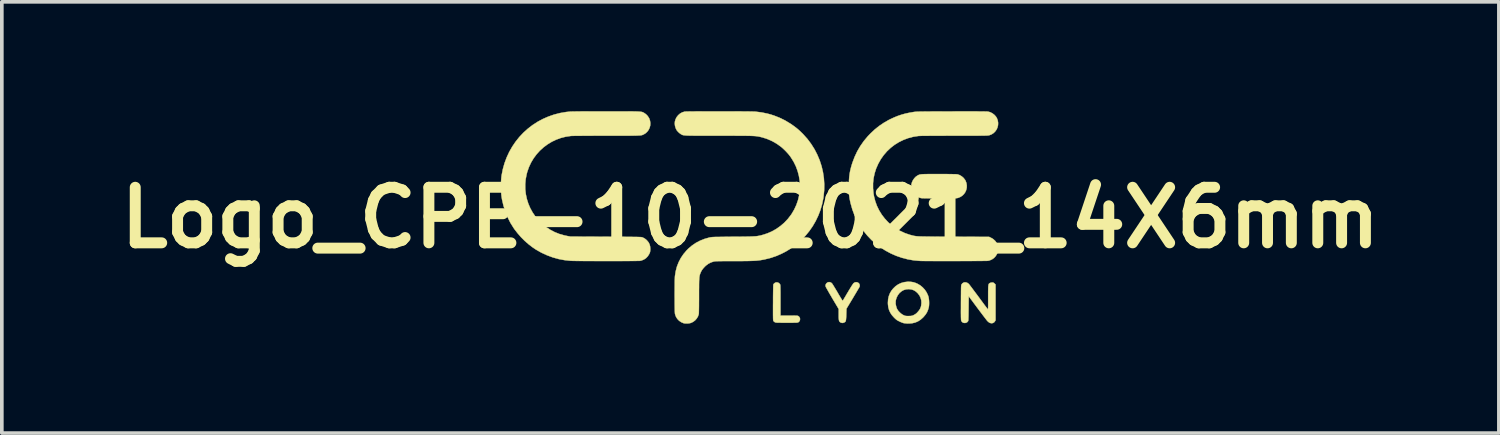
<source format=kicad_pcb>
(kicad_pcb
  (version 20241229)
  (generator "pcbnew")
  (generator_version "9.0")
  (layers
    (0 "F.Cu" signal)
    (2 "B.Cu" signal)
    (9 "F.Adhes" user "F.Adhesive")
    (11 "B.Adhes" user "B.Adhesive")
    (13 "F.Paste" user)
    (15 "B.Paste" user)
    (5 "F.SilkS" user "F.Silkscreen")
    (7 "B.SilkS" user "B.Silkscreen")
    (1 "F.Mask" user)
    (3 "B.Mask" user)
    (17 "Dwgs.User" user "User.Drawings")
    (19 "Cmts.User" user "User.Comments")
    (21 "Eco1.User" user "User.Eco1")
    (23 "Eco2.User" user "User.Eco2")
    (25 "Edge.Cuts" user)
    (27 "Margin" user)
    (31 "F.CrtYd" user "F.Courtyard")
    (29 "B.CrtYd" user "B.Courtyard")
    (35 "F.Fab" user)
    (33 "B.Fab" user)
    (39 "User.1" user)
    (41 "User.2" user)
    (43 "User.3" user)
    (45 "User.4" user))
  (footprint "Logo_CPE-10-2021_14X6mm"
    (layer "F.Cu")
    (at 17.533 2.922)
    (property "Reference" "Logo_CPE-10-2021_14X6mm" (at 0 0 0) (layer "F.SilkS") (effects (font (size 1.524 1.524) (thickness 0.3))))
    (attr through_hole)
    (fp_poly (pts (xy 5.178 -1.197) (xy 5.277 -1.197) (xy 5.367 -1.197) (xy 5.448 -1.196) (xy 5.517 -1.195) (xy 5.576 -1.194) (xy 5.623 -1.193) (xy 5.657 -1.192) (xy 5.677 -1.19) (xy 5.682 -1.19) (xy 5.742 -1.169) (xy 5.799 -1.135) (xy 5.849 -1.092) (xy 5.889 -1.04) (xy 5.904 -1.013) (xy 5.928 -0.95) (xy 5.938 -0.885) (xy 5.936 -0.821) (xy 5.922 -0.76) (xy 5.897 -0.702) (xy 5.862 -0.651) (xy 5.817 -0.606) (xy 5.764 -0.571) (xy 5.703 -0.545) (xy 5.669 -0.537) (xy 5.654 -0.536) (xy 5.626 -0.535) (xy 5.587 -0.534) (xy 5.539 -0.533) (xy 5.481 -0.532) (xy 5.418 -0.531) (xy 5.349 -0.531) (xy 5.276 -0.531) (xy 5.201 -0.531) (xy 5.126 -0.531) (xy 5.052 -0.531) (xy 4.98 -0.531) (xy 4.912 -0.532) (xy 4.85 -0.532) (xy 4.796 -0.533) (xy 4.75 -0.534) (xy 4.714 -0.535) (xy 4.69 -0.537) (xy 4.682 -0.538) (xy 4.635 -0.552) (xy 4.586 -0.575) (xy 4.541 -0.605) (xy 4.517 -0.625) (xy 4.477 -0.673) (xy 4.445 -0.729) (xy 4.424 -0.79) (xy 4.415 -0.853) (xy 4.418 -0.913) (xy 4.434 -0.971) (xy 4.461 -1.028) (xy 4.497 -1.08) (xy 4.539 -1.124) (xy 4.585 -1.156) (xy 4.6 -1.164) (xy 4.614 -1.171) (xy 4.628 -1.177) (xy 4.643 -1.182) (xy 4.661 -1.186) (xy 4.683 -1.189) (xy 4.709 -1.192) (xy 4.742 -1.194) (xy 4.781 -1.195) (xy 4.829 -1.196) (xy 4.886 -1.197) (xy 4.953 -1.197) (xy 5.032 -1.197) (xy 5.124 -1.197) (xy 5.178 -1.197)) (stroke (width 0.01) (type solid)) (fill yes) (layer "F.SilkS"))
    (fp_poly (pts (xy 0.773 1.786) (xy 0.802 1.809) (xy 0.819 1.834) (xy 0.821 1.843) (xy 0.823 1.863) (xy 0.824 1.893) (xy 0.825 1.936) (xy 0.826 1.99) (xy 0.827 2.058) (xy 0.827 2.138) (xy 0.827 2.233) (xy 0.827 2.267) (xy 0.827 2.685) (xy 1.061 2.685) (xy 1.126 2.685) (xy 1.178 2.685) (xy 1.219 2.686) (xy 1.25 2.687) (xy 1.273 2.688) (xy 1.289 2.69) (xy 1.301 2.692) (xy 1.31 2.695) (xy 1.317 2.699) (xy 1.319 2.699) (xy 1.345 2.724) (xy 1.361 2.756) (xy 1.364 2.783) (xy 1.358 2.819) (xy 1.339 2.85) (xy 1.319 2.867) (xy 1.312 2.87) (xy 1.305 2.873) (xy 1.295 2.876) (xy 1.281 2.877) (xy 1.261 2.879) (xy 1.235 2.88) (xy 1.201 2.88) (xy 1.157 2.881) (xy 1.103 2.881) (xy 1.035 2.881) (xy 0.998 2.881) (xy 0.924 2.881) (xy 0.862 2.881) (xy 0.813 2.88) (xy 0.774 2.88) (xy 0.743 2.879) (xy 0.72 2.878) (xy 0.703 2.876) (xy 0.691 2.874) (xy 0.682 2.871) (xy 0.675 2.868) (xy 0.655 2.854) (xy 0.637 2.838) (xy 0.636 2.836) (xy 0.634 2.832) (xy 0.631 2.827) (xy 0.629 2.82) (xy 0.627 2.81) (xy 0.626 2.795) (xy 0.625 2.776) (xy 0.624 2.75) (xy 0.624 2.717) (xy 0.623 2.676) (xy 0.623 2.625) (xy 0.623 2.563) (xy 0.623 2.49) (xy 0.623 2.405) (xy 0.624 2.333) (xy 0.624 2.25) (xy 0.624 2.171) (xy 0.625 2.098) (xy 0.626 2.03) (xy 0.627 1.971) (xy 0.628 1.921) (xy 0.629 1.88) (xy 0.63 1.852) (xy 0.631 1.836) (xy 0.631 1.833) (xy 0.644 1.813) (xy 0.666 1.793) (xy 0.691 1.779) (xy 0.703 1.775) (xy 0.739 1.774) (xy 0.773 1.786)) (stroke (width 0.01) (type solid)) (fill yes) (layer "F.SilkS"))
    (fp_poly (pts (xy 2.182 1.768) (xy 2.215 1.781) (xy 2.24 1.802) (xy 2.248 1.813) (xy 2.263 1.836) (xy 2.283 1.868) (xy 2.307 1.908) (xy 2.335 1.954) (xy 2.365 2.004) (xy 2.395 2.055) (xy 2.425 2.107) (xy 2.454 2.155) (xy 2.479 2.197) (xy 2.501 2.232) (xy 2.518 2.258) (xy 2.529 2.275) (xy 2.534 2.28) (xy 2.534 2.28) (xy 2.538 2.273) (xy 2.55 2.255) (xy 2.566 2.227) (xy 2.588 2.191) (xy 2.614 2.148) (xy 2.642 2.099) (xy 2.673 2.047) (xy 2.674 2.047) (xy 2.705 1.993) (xy 2.736 1.943) (xy 2.763 1.898) (xy 2.788 1.86) (xy 2.808 1.829) (xy 2.822 1.808) (xy 2.83 1.798) (xy 2.852 1.783) (xy 2.877 1.772) (xy 2.879 1.771) (xy 2.914 1.768) (xy 2.946 1.777) (xy 2.973 1.794) (xy 2.992 1.819) (xy 3.001 1.849) (xy 3 1.881) (xy 2.995 1.895) (xy 2.989 1.906) (xy 2.977 1.928) (xy 2.958 1.96) (xy 2.934 2) (xy 2.906 2.048) (xy 2.875 2.1) (xy 2.841 2.157) (xy 2.811 2.208) (xy 2.637 2.496) (xy 2.632 2.656) (xy 2.63 2.715) (xy 2.627 2.761) (xy 2.624 2.796) (xy 2.62 2.821) (xy 2.614 2.84) (xy 2.606 2.853) (xy 2.595 2.863) (xy 2.581 2.871) (xy 2.574 2.874) (xy 2.546 2.885) (xy 2.522 2.887) (xy 2.495 2.881) (xy 2.494 2.881) (xy 2.473 2.872) (xy 2.458 2.862) (xy 2.447 2.85) (xy 2.439 2.837) (xy 2.433 2.821) (xy 2.429 2.798) (xy 2.426 2.768) (xy 2.424 2.728) (xy 2.424 2.676) (xy 2.424 2.653) (xy 2.424 2.505) (xy 2.248 2.209) (xy 2.213 2.148) (xy 2.179 2.091) (xy 2.149 2.038) (xy 2.122 1.99) (xy 2.099 1.95) (xy 2.082 1.919) (xy 2.07 1.897) (xy 2.066 1.886) (xy 2.062 1.853) (xy 2.072 1.823) (xy 2.087 1.8) (xy 2.115 1.778) (xy 2.147 1.767) (xy 2.182 1.768)) (stroke (width 0.01) (type solid)) (fill yes) (layer "F.SilkS"))
    (fp_poly (pts (xy 4.411 1.76) (xy 4.477 1.771) (xy 4.54 1.792) (xy 4.583 1.811) (xy 4.659 1.855) (xy 4.727 1.911) (xy 4.787 1.976) (xy 4.836 2.05) (xy 4.873 2.129) (xy 4.888 2.174) (xy 4.895 2.212) (xy 4.901 2.26) (xy 4.904 2.313) (xy 4.904 2.366) (xy 4.901 2.414) (xy 4.896 2.451) (xy 4.875 2.526) (xy 4.846 2.595) (xy 4.806 2.658) (xy 4.754 2.72) (xy 4.735 2.74) (xy 4.668 2.799) (xy 4.597 2.844) (xy 4.521 2.876) (xy 4.439 2.895) (xy 4.349 2.902) (xy 4.336 2.902) (xy 4.297 2.901) (xy 4.258 2.898) (xy 4.224 2.894) (xy 4.209 2.892) (xy 4.183 2.884) (xy 4.148 2.871) (xy 4.111 2.856) (xy 4.087 2.844) (xy 4.052 2.826) (xy 4.024 2.81) (xy 3.999 2.791) (xy 3.973 2.768) (xy 3.945 2.741) (xy 3.885 2.674) (xy 3.839 2.605) (xy 3.806 2.533) (xy 3.785 2.455) (xy 3.775 2.371) (xy 3.774 2.33) (xy 3.984 2.33) (xy 3.988 2.372) (xy 3.997 2.419) (xy 4.01 2.466) (xy 4.025 2.503) (xy 4.053 2.548) (xy 4.091 2.591) (xy 4.135 2.631) (xy 4.182 2.663) (xy 4.23 2.686) (xy 4.25 2.692) (xy 4.269 2.695) (xy 4.298 2.697) (xy 4.333 2.697) (xy 4.356 2.697) (xy 4.392 2.696) (xy 4.417 2.693) (xy 4.438 2.689) (xy 4.458 2.682) (xy 4.483 2.671) (xy 4.487 2.668) (xy 4.527 2.646) (xy 4.562 2.618) (xy 4.587 2.592) (xy 4.628 2.544) (xy 4.657 2.498) (xy 4.677 2.449) (xy 4.685 2.419) (xy 4.694 2.342) (xy 4.69 2.269) (xy 4.671 2.199) (xy 4.64 2.134) (xy 4.596 2.076) (xy 4.544 2.027) (xy 4.487 1.991) (xy 4.425 1.969) (xy 4.357 1.96) (xy 4.34 1.959) (xy 4.27 1.966) (xy 4.206 1.985) (xy 4.148 2.018) (xy 4.094 2.064) (xy 4.085 2.074) (xy 4.044 2.129) (xy 4.012 2.192) (xy 3.992 2.258) (xy 3.984 2.326) (xy 3.984 2.33) (xy 3.774 2.33) (xy 3.78 2.237) (xy 3.799 2.151) (xy 3.83 2.072) (xy 3.874 1.998) (xy 3.918 1.944) (xy 3.984 1.88) (xy 4.057 1.829) (xy 4.136 1.792) (xy 4.221 1.768) (xy 4.311 1.757) (xy 4.338 1.756) (xy 4.411 1.76)) (stroke (width 0.01) (type solid)) (fill yes) (layer "F.SilkS"))
    (fp_poly (pts (xy 5.916 1.774) (xy 5.954 1.788) (xy 5.988 1.812) (xy 5.992 1.816) (xy 6.001 1.826) (xy 6.017 1.847) (xy 6.04 1.877) (xy 6.069 1.915) (xy 6.103 1.961) (xy 6.141 2.012) (xy 6.183 2.068) (xy 6.228 2.128) (xy 6.256 2.166) (xy 6.301 2.227) (xy 6.344 2.285) (xy 6.384 2.339) (xy 6.419 2.387) (xy 6.451 2.429) (xy 6.476 2.462) (xy 6.495 2.488) (xy 6.507 2.503) (xy 6.511 2.507) (xy 6.514 2.51) (xy 6.516 2.511) (xy 6.519 2.509) (xy 6.52 2.502) (xy 6.522 2.489) (xy 6.523 2.47) (xy 6.523 2.442) (xy 6.524 2.406) (xy 6.524 2.358) (xy 6.524 2.3) (xy 6.524 2.228) (xy 6.524 2.189) (xy 6.524 2.107) (xy 6.524 2.037) (xy 6.525 1.98) (xy 6.526 1.933) (xy 6.527 1.896) (xy 6.53 1.867) (xy 6.533 1.845) (xy 6.537 1.829) (xy 6.542 1.817) (xy 6.549 1.808) (xy 6.557 1.801) (xy 6.566 1.794) (xy 6.569 1.793) (xy 6.601 1.781) (xy 6.632 1.778) (xy 6.656 1.779) (xy 6.673 1.784) (xy 6.688 1.796) (xy 6.699 1.806) (xy 6.727 1.834) (xy 6.727 2.323) (xy 6.727 2.812) (xy 6.711 2.841) (xy 6.687 2.871) (xy 6.655 2.889) (xy 6.618 2.895) (xy 6.579 2.888) (xy 6.564 2.882) (xy 6.543 2.869) (xy 6.52 2.85) (xy 6.502 2.833) (xy 6.492 2.821) (xy 6.474 2.798) (xy 6.449 2.765) (xy 6.418 2.725) (xy 6.382 2.678) (xy 6.342 2.625) (xy 6.299 2.568) (xy 6.254 2.508) (xy 6.23 2.476) (xy 5.991 2.154) (xy 5.987 2.487) (xy 5.986 2.572) (xy 5.985 2.644) (xy 5.984 2.703) (xy 5.982 2.75) (xy 5.981 2.786) (xy 5.979 2.812) (xy 5.977 2.828) (xy 5.975 2.835) (xy 5.95 2.865) (xy 5.917 2.883) (xy 5.884 2.888) (xy 5.844 2.883) (xy 5.813 2.865) (xy 5.791 2.837) (xy 5.788 2.832) (xy 5.786 2.826) (xy 5.784 2.818) (xy 5.782 2.807) (xy 5.781 2.792) (xy 5.78 2.771) (xy 5.779 2.745) (xy 5.778 2.712) (xy 5.778 2.67) (xy 5.777 2.619) (xy 5.777 2.557) (xy 5.778 2.484) (xy 5.778 2.398) (xy 5.778 2.33) (xy 5.779 2.235) (xy 5.779 2.153) (xy 5.78 2.084) (xy 5.78 2.027) (xy 5.781 1.979) (xy 5.781 1.94) (xy 5.782 1.91) (xy 5.783 1.886) (xy 5.785 1.868) (xy 5.786 1.855) (xy 5.788 1.845) (xy 5.791 1.838) (xy 5.793 1.832) (xy 5.795 1.83) (xy 5.82 1.798) (xy 5.853 1.779) (xy 5.877 1.773) (xy 5.916 1.774)) (stroke (width 0.01) (type solid)) (fill yes) (layer "F.SilkS"))
    (fp_poly (pts (xy 6.08 -2.916) (xy 6.183 -2.916) (xy 6.272 -2.915) (xy 6.348 -2.915) (xy 6.41 -2.914) (xy 6.459 -2.913) (xy 6.494 -2.912) (xy 6.515 -2.911) (xy 6.522 -2.91) (xy 6.583 -2.893) (xy 6.641 -2.863) (xy 6.692 -2.824) (xy 6.735 -2.778) (xy 6.763 -2.733) (xy 6.787 -2.669) (xy 6.797 -2.604) (xy 6.795 -2.54) (xy 6.781 -2.479) (xy 6.756 -2.421) (xy 6.72 -2.369) (xy 6.675 -2.324) (xy 6.621 -2.288) (xy 6.558 -2.263) (xy 6.549 -2.261) (xy 6.542 -2.259) (xy 6.531 -2.258) (xy 6.518 -2.256) (xy 6.5 -2.255) (xy 6.477 -2.254) (xy 6.449 -2.253) (xy 6.415 -2.252) (xy 6.373 -2.252) (xy 6.323 -2.251) (xy 6.265 -2.251) (xy 6.197 -2.25) (xy 6.12 -2.25) (xy 6.031 -2.25) (xy 5.93 -2.25) (xy 5.817 -2.25) (xy 5.691 -2.25) (xy 5.593 -2.25) (xy 5.44 -2.25) (xy 5.298 -2.249) (xy 5.169 -2.249) (xy 5.053 -2.249) (xy 4.949 -2.248) (xy 4.859 -2.247) (xy 4.782 -2.247) (xy 4.718 -2.246) (xy 4.668 -2.245) (xy 4.633 -2.243) (xy 4.611 -2.242) (xy 4.61 -2.242) (xy 4.468 -2.22) (xy 4.332 -2.184) (xy 4.201 -2.135) (xy 4.077 -2.074) (xy 3.96 -2.002) (xy 3.851 -1.918) (xy 3.75 -1.823) (xy 3.659 -1.718) (xy 3.578 -1.603) (xy 3.509 -1.48) (xy 3.452 -1.352) (xy 3.41 -1.22) (xy 3.381 -1.085) (xy 3.366 -0.946) (xy 3.366 -0.806) (xy 3.379 -0.665) (xy 3.393 -0.584) (xy 3.427 -0.45) (xy 3.474 -0.322) (xy 3.534 -0.199) (xy 3.605 -0.084) (xy 3.687 0.023) (xy 3.779 0.123) (xy 3.881 0.213) (xy 3.992 0.293) (xy 4.11 0.362) (xy 4.236 0.421) (xy 4.369 0.467) (xy 4.425 0.482) (xy 4.445 0.487) (xy 4.463 0.492) (xy 4.48 0.496) (xy 4.498 0.499) (xy 4.516 0.503) (xy 4.537 0.505) (xy 4.56 0.508) (xy 4.586 0.51) (xy 4.616 0.512) (xy 4.652 0.514) (xy 4.693 0.515) (xy 4.74 0.516) (xy 4.795 0.517) (xy 4.859 0.518) (xy 4.931 0.519) (xy 5.013 0.519) (xy 5.105 0.52) (xy 5.209 0.521) (xy 5.326 0.521) (xy 5.455 0.522) (xy 5.581 0.522) (xy 6.55 0.526) (xy 6.606 0.553) (xy 6.665 0.589) (xy 6.715 0.634) (xy 6.753 0.686) (xy 6.781 0.744) (xy 6.796 0.807) (xy 6.799 0.872) (xy 6.789 0.932) (xy 6.765 0.998) (xy 6.729 1.056) (xy 6.684 1.105) (xy 6.629 1.143) (xy 6.568 1.17) (xy 6.517 1.183) (xy 6.505 1.183) (xy 6.48 1.184) (xy 6.442 1.185) (xy 6.393 1.185) (xy 6.334 1.186) (xy 6.266 1.186) (xy 6.19 1.187) (xy 6.106 1.187) (xy 6.017 1.188) (xy 5.923 1.188) (xy 5.826 1.188) (xy 5.726 1.189) (xy 5.624 1.189) (xy 5.522 1.189) (xy 5.421 1.189) (xy 5.321 1.189) (xy 5.224 1.189) (xy 5.131 1.189) (xy 5.043 1.189) (xy 4.961 1.188) (xy 4.886 1.188) (xy 4.819 1.188) (xy 4.762 1.187) (xy 4.715 1.187) (xy 4.68 1.186) (xy 4.657 1.185) (xy 4.655 1.185) (xy 4.485 1.17) (xy 4.319 1.141) (xy 4.158 1.099) (xy 4.001 1.045) (xy 3.851 0.979) (xy 3.706 0.901) (xy 3.569 0.813) (xy 3.44 0.714) (xy 3.318 0.605) (xy 3.206 0.487) (xy 3.103 0.36) (xy 3.01 0.225) (xy 2.928 0.082) (xy 2.857 -0.068) (xy 2.799 -0.225) (xy 2.753 -0.388) (xy 2.736 -0.461) (xy 2.723 -0.532) (xy 2.713 -0.6) (xy 2.706 -0.666) (xy 2.702 -0.736) (xy 2.701 -0.812) (xy 2.702 -0.899) (xy 2.702 -0.911) (xy 2.706 -1.018) (xy 2.713 -1.114) (xy 2.724 -1.203) (xy 2.74 -1.29) (xy 2.761 -1.377) (xy 2.788 -1.469) (xy 2.801 -1.509) (xy 2.862 -1.67) (xy 2.933 -1.821) (xy 3.017 -1.965) (xy 3.113 -2.102) (xy 3.222 -2.233) (xy 3.298 -2.312) (xy 3.414 -2.421) (xy 3.533 -2.516) (xy 3.658 -2.601) (xy 3.79 -2.677) (xy 3.835 -2.7) (xy 3.943 -2.75) (xy 4.046 -2.792) (xy 4.147 -2.826) (xy 4.251 -2.855) (xy 4.362 -2.879) (xy 4.483 -2.9) (xy 4.485 -2.9) (xy 4.498 -2.902) (xy 4.513 -2.904) (xy 4.529 -2.905) (xy 4.549 -2.907) (xy 4.572 -2.908) (xy 4.6 -2.909) (xy 4.633 -2.91) (xy 4.672 -2.911) (xy 4.718 -2.911) (xy 4.772 -2.912) (xy 4.834 -2.913) (xy 4.905 -2.913) (xy 4.986 -2.914) (xy 5.079 -2.914) (xy 5.182 -2.914) (xy 5.298 -2.915) (xy 5.428 -2.915) (xy 5.525 -2.915) (xy 5.685 -2.916) (xy 5.831 -2.916) (xy 5.962 -2.916) (xy 6.08 -2.916)) (stroke (width 0.01) (type solid)) (fill yes) (layer "F.SilkS"))
    (fp_poly (pts (xy -3.948 -2.917) (xy -3.811 -2.917) (xy -3.688 -2.917) (xy -3.577 -2.917) (xy -3.479 -2.917) (xy -3.392 -2.917) (xy -3.316 -2.916) (xy -3.25 -2.916) (xy -3.192 -2.915) (xy -3.143 -2.914) (xy -3.101 -2.913) (xy -3.066 -2.911) (xy -3.037 -2.909) (xy -3.013 -2.907) (xy -2.993 -2.905) (xy -2.977 -2.901) (xy -2.963 -2.898) (xy -2.952 -2.894) (xy -2.941 -2.889) (xy -2.931 -2.884) (xy -2.921 -2.879) (xy -2.915 -2.875) (xy -2.863 -2.839) (xy -2.817 -2.792) (xy -2.781 -2.737) (xy -2.774 -2.724) (xy -2.752 -2.661) (xy -2.743 -2.597) (xy -2.746 -2.532) (xy -2.762 -2.47) (xy -2.788 -2.413) (xy -2.826 -2.361) (xy -2.873 -2.317) (xy -2.919 -2.289) (xy -2.93 -2.283) (xy -2.94 -2.278) (xy -2.95 -2.274) (xy -2.96 -2.27) (xy -2.972 -2.266) (xy -2.986 -2.263) (xy -3.003 -2.26) (xy -3.024 -2.258) (xy -3.05 -2.256) (xy -3.081 -2.255) (xy -3.118 -2.253) (xy -3.162 -2.252) (xy -3.214 -2.251) (xy -3.274 -2.251) (xy -3.343 -2.25) (xy -3.423 -2.25) (xy -3.514 -2.25) (xy -3.616 -2.25) (xy -3.731 -2.25) (xy -3.859 -2.25) (xy -3.942 -2.25) (xy -4.092 -2.25) (xy -4.231 -2.25) (xy -4.359 -2.249) (xy -4.474 -2.249) (xy -4.578 -2.248) (xy -4.669 -2.247) (xy -4.747 -2.247) (xy -4.812 -2.246) (xy -4.864 -2.245) (xy -4.901 -2.244) (xy -4.925 -2.242) (xy -4.929 -2.242) (xy -5.067 -2.221) (xy -5.201 -2.187) (xy -5.329 -2.14) (xy -5.451 -2.081) (xy -5.567 -2.01) (xy -5.675 -1.929) (xy -5.774 -1.839) (xy -5.865 -1.738) (xy -5.945 -1.63) (xy -6.015 -1.513) (xy -6.073 -1.389) (xy -6.119 -1.259) (xy -6.136 -1.194) (xy -6.163 -1.056) (xy -6.175 -0.918) (xy -6.174 -0.782) (xy -6.159 -0.647) (xy -6.131 -0.515) (xy -6.091 -0.387) (xy -6.038 -0.263) (xy -5.973 -0.145) (xy -5.897 -0.033) (xy -5.81 0.071) (xy -5.712 0.168) (xy -5.604 0.255) (xy -5.487 0.332) (xy -5.367 0.395) (xy -5.239 0.446) (xy -5.102 0.485) (xy -5.022 0.502) (xy -4.931 0.518) (xy -3.962 0.522) (xy -3.824 0.523) (xy -3.699 0.523) (xy -3.587 0.524) (xy -3.488 0.524) (xy -3.4 0.525) (xy -3.322 0.525) (xy -3.255 0.526) (xy -3.197 0.527) (xy -3.148 0.527) (xy -3.106 0.528) (xy -3.072 0.529) (xy -3.043 0.53) (xy -3.021 0.531) (xy -3.003 0.532) (xy -2.989 0.533) (xy -2.979 0.535) (xy -2.971 0.536) (xy -2.965 0.538) (xy -2.961 0.539) (xy -2.909 0.564) (xy -2.865 0.595) (xy -2.833 0.626) (xy -2.792 0.676) (xy -2.765 0.729) (xy -2.749 0.788) (xy -2.744 0.854) (xy -2.744 0.875) (xy -2.747 0.909) (xy -2.75 0.936) (xy -2.757 0.959) (xy -2.769 0.985) (xy -2.774 0.996) (xy -2.811 1.055) (xy -2.858 1.105) (xy -2.914 1.144) (xy -2.977 1.171) (xy -3.026 1.183) (xy -3.04 1.184) (xy -3.067 1.184) (xy -3.106 1.185) (xy -3.156 1.186) (xy -3.217 1.187) (xy -3.287 1.187) (xy -3.365 1.188) (xy -3.45 1.188) (xy -3.54 1.189) (xy -3.636 1.189) (xy -3.735 1.189) (xy -3.836 1.189) (xy -3.939 1.189) (xy -4.043 1.189) (xy -4.146 1.189) (xy -4.247 1.189) (xy -4.345 1.188) (xy -4.44 1.188) (xy -4.529 1.188) (xy -4.613 1.187) (xy -4.689 1.187) (xy -4.757 1.186) (xy -4.816 1.185) (xy -4.864 1.184) (xy -4.901 1.183) (xy -4.925 1.182) (xy -4.927 1.182) (xy -5.094 1.164) (xy -5.26 1.133) (xy -5.423 1.087) (xy -5.582 1.028) (xy -5.735 0.957) (xy -5.883 0.873) (xy -5.976 0.81) (xy -6.083 0.728) (xy -6.189 0.635) (xy -6.291 0.533) (xy -6.385 0.425) (xy -6.47 0.316) (xy -6.495 0.279) (xy -6.582 0.139) (xy -6.657 -0.011) (xy -6.72 -0.167) (xy -6.772 -0.33) (xy -6.811 -0.497) (xy -6.823 -0.57) (xy -6.831 -0.634) (xy -6.836 -0.709) (xy -6.84 -0.79) (xy -6.84 -0.875) (xy -6.839 -0.96) (xy -6.835 -1.041) (xy -6.829 -1.113) (xy -6.823 -1.16) (xy -6.789 -1.331) (xy -6.743 -1.495) (xy -6.684 -1.653) (xy -6.614 -1.804) (xy -6.532 -1.948) (xy -6.44 -2.084) (xy -6.338 -2.212) (xy -6.226 -2.331) (xy -6.105 -2.44) (xy -5.976 -2.54) (xy -5.839 -2.629) (xy -5.694 -2.707) (xy -5.543 -2.773) (xy -5.386 -2.828) (xy -5.223 -2.87) (xy -5.055 -2.899) (xy -4.95 -2.91) (xy -4.926 -2.911) (xy -4.888 -2.912) (xy -4.836 -2.913) (xy -4.77 -2.914) (xy -4.692 -2.915) (xy -4.601 -2.916) (xy -4.498 -2.916) (xy -4.383 -2.917) (xy -4.256 -2.917) (xy -4.118 -2.917) (xy -3.969 -2.917) (xy -3.948 -2.917)) (stroke (width 0.01) (type solid)) (fill yes) (layer "F.SilkS"))
    (fp_poly (pts (xy -0.784 -2.917) (xy -0.68 -2.917) (xy -0.578 -2.917) (xy -0.478 -2.917) (xy -0.382 -2.916) (xy -0.291 -2.916) (xy -0.206 -2.915) (xy -0.127 -2.915) (xy -0.057 -2.914) (xy 0.005 -2.913) (xy 0.056 -2.912) (xy 0.096 -2.911) (xy 0.124 -2.91) (xy 0.134 -2.91) (xy 0.309 -2.888) (xy 0.479 -2.853) (xy 0.644 -2.804) (xy 0.802 -2.742) (xy 0.955 -2.667) (xy 1.102 -2.578) (xy 1.114 -2.57) (xy 1.204 -2.507) (xy 1.285 -2.444) (xy 1.361 -2.377) (xy 1.437 -2.303) (xy 1.453 -2.286) (xy 1.568 -2.158) (xy 1.67 -2.021) (xy 1.76 -1.878) (xy 1.837 -1.728) (xy 1.902 -1.574) (xy 1.954 -1.414) (xy 1.992 -1.251) (xy 2.017 -1.085) (xy 2.028 -0.917) (xy 2.025 -0.747) (xy 2.008 -0.576) (xy 2.003 -0.538) (xy 1.969 -0.371) (xy 1.922 -0.209) (xy 1.862 -0.054) (xy 1.79 0.096) (xy 1.707 0.238) (xy 1.613 0.372) (xy 1.509 0.499) (xy 1.395 0.617) (xy 1.273 0.725) (xy 1.141 0.823) (xy 1.002 0.911) (xy 0.856 0.988) (xy 0.703 1.054) (xy 0.543 1.107) (xy 0.379 1.147) (xy 0.276 1.165) (xy 0.241 1.17) (xy 0.204 1.174) (xy 0.165 1.178) (xy 0.121 1.181) (xy 0.071 1.183) (xy 0.015 1.185) (xy -0.049 1.187) (xy -0.122 1.188) (xy -0.205 1.189) (xy -0.299 1.19) (xy -0.406 1.19) (xy -0.483 1.19) (xy -0.578 1.19) (xy -0.66 1.19) (xy -0.729 1.19) (xy -0.787 1.191) (xy -0.836 1.191) (xy -0.876 1.192) (xy -0.908 1.193) (xy -0.934 1.194) (xy -0.955 1.195) (xy -0.972 1.197) (xy -0.986 1.199) (xy -0.998 1.201) (xy -1.01 1.204) (xy -1.011 1.204) (xy -1.087 1.23) (xy -1.157 1.267) (xy -1.221 1.316) (xy -1.248 1.342) (xy -1.293 1.391) (xy -1.327 1.436) (xy -1.353 1.483) (xy -1.375 1.534) (xy -1.375 1.536) (xy -1.382 1.555) (xy -1.387 1.573) (xy -1.392 1.592) (xy -1.395 1.612) (xy -1.399 1.636) (xy -1.401 1.664) (xy -1.403 1.697) (xy -1.405 1.737) (xy -1.406 1.785) (xy -1.407 1.841) (xy -1.407 1.908) (xy -1.408 1.986) (xy -1.408 2.077) (xy -1.408 2.148) (xy -1.408 2.247) (xy -1.409 2.336) (xy -1.409 2.416) (xy -1.41 2.486) (xy -1.411 2.544) (xy -1.412 2.59) (xy -1.413 2.624) (xy -1.415 2.644) (xy -1.416 2.648) (xy -1.437 2.71) (xy -1.471 2.766) (xy -1.515 2.816) (xy -1.568 2.856) (xy -1.627 2.885) (xy -1.641 2.889) (xy -1.679 2.897) (xy -1.723 2.902) (xy -1.769 2.902) (xy -1.81 2.898) (xy -1.832 2.893) (xy -1.897 2.865) (xy -1.954 2.826) (xy -2.001 2.778) (xy -2.037 2.722) (xy -2.061 2.659) (xy -2.068 2.631) (xy -2.069 2.615) (xy -2.071 2.585) (xy -2.072 2.545) (xy -2.073 2.494) (xy -2.074 2.435) (xy -2.075 2.369) (xy -2.075 2.298) (xy -2.075 2.223) (xy -2.076 2.146) (xy -2.076 2.068) (xy -2.075 1.992) (xy -2.075 1.917) (xy -2.074 1.847) (xy -2.074 1.782) (xy -2.073 1.724) (xy -2.071 1.675) (xy -2.07 1.636) (xy -2.068 1.609) (xy -2.068 1.603) (xy -2.047 1.47) (xy -2.014 1.343) (xy -1.967 1.222) (xy -1.907 1.107) (xy -1.834 0.999) (xy -1.749 0.898) (xy -1.702 0.85) (xy -1.602 0.765) (xy -1.494 0.691) (xy -1.378 0.63) (xy -1.254 0.581) (xy -1.123 0.544) (xy -1.119 0.543) (xy -1.106 0.54) (xy -1.093 0.538) (xy -1.079 0.536) (xy -1.063 0.534) (xy -1.044 0.532) (xy -1.022 0.531) (xy -0.994 0.529) (xy -0.96 0.528) (xy -0.918 0.527) (xy -0.869 0.527) (xy -0.81 0.526) (xy -0.741 0.525) (xy -0.66 0.524) (xy -0.567 0.523) (xy -0.468 0.522) (xy -0.358 0.522) (xy -0.26 0.521) (xy -0.175 0.52) (xy -0.102 0.519) (xy -0.038 0.518) (xy 0.017 0.516) (xy 0.065 0.514) (xy 0.105 0.512) (xy 0.14 0.51) (xy 0.171 0.507) (xy 0.199 0.503) (xy 0.224 0.499) (xy 0.249 0.494) (xy 0.274 0.489) (xy 0.3 0.482) (xy 0.329 0.475) (xy 0.33 0.474) (xy 0.462 0.432) (xy 0.59 0.377) (xy 0.711 0.309) (xy 0.824 0.229) (xy 0.93 0.139) (xy 1.026 0.038) (xy 1.112 -0.073) (xy 1.134 -0.105) (xy 1.205 -0.226) (xy 1.263 -0.352) (xy 1.308 -0.481) (xy 1.339 -0.613) (xy 1.357 -0.747) (xy 1.362 -0.881) (xy 1.354 -1.016) (xy 1.332 -1.149) (xy 1.297 -1.281) (xy 1.25 -1.409) (xy 1.189 -1.533) (xy 1.115 -1.653) (xy 1.083 -1.697) (xy 1.046 -1.744) (xy 1 -1.795) (xy 0.95 -1.847) (xy 0.899 -1.896) (xy 0.851 -1.938) (xy 0.841 -1.946) (xy 0.725 -2.029) (xy 0.603 -2.099) (xy 0.474 -2.156) (xy 0.338 -2.201) (xy 0.301 -2.21) (xy 0.278 -2.216) (xy 0.257 -2.221) (xy 0.236 -2.225) (xy 0.214 -2.229) (xy 0.191 -2.233) (xy 0.166 -2.236) (xy 0.138 -2.239) (xy 0.107 -2.241) (xy 0.07 -2.243) (xy 0.029 -2.245) (xy -0.019 -2.246) (xy -0.074 -2.247) (xy -0.137 -2.248) (xy -0.209 -2.249) (xy -0.29 -2.249) (xy -0.382 -2.249) (xy -0.485 -2.25) (xy -0.6 -2.25) (xy -0.727 -2.25) (xy -0.867 -2.25) (xy -1.004 -2.25) (xy -1.128 -2.25) (xy -1.238 -2.25) (xy -1.336 -2.25) (xy -1.423 -2.25) (xy -1.499 -2.25) (xy -1.566 -2.251) (xy -1.623 -2.252) (xy -1.672 -2.252) (xy -1.713 -2.254) (xy -1.748 -2.255) (xy -1.777 -2.257) (xy -1.801 -2.259) (xy -1.821 -2.261) (xy -1.837 -2.264) (xy -1.85 -2.267) (xy -1.861 -2.27) (xy -1.871 -2.274) (xy -1.88 -2.279) (xy -1.89 -2.284) (xy -1.896 -2.287) (xy -1.922 -2.304) (xy -1.953 -2.328) (xy -1.983 -2.357) (xy -2.008 -2.385) (xy -2.021 -2.402) (xy -2.048 -2.457) (xy -2.066 -2.517) (xy -2.073 -2.579) (xy -2.069 -2.638) (xy -2.069 -2.638) (xy -2.05 -2.703) (xy -2.019 -2.762) (xy -1.977 -2.814) (xy -1.927 -2.857) (xy -1.869 -2.889) (xy -1.805 -2.909) (xy -1.801 -2.91) (xy -1.787 -2.911) (xy -1.761 -2.912) (xy -1.722 -2.913) (xy -1.672 -2.914) (xy -1.611 -2.915) (xy -1.542 -2.915) (xy -1.464 -2.916) (xy -1.38 -2.916) (xy -1.289 -2.917) (xy -1.193 -2.917) (xy -1.094 -2.917) (xy -0.992 -2.917) (xy -0.888 -2.917) (xy -0.784 -2.917)) (stroke (width 0.01) (type solid)) (fill yes) (layer "F.SilkS")))
  (gr_rect
    (start -3 -3)
    (end 38.067 8.83)
    (stroke (width 0.1) (type default))
    (fill no)
    (layer "Edge.Cuts")))
</source>
